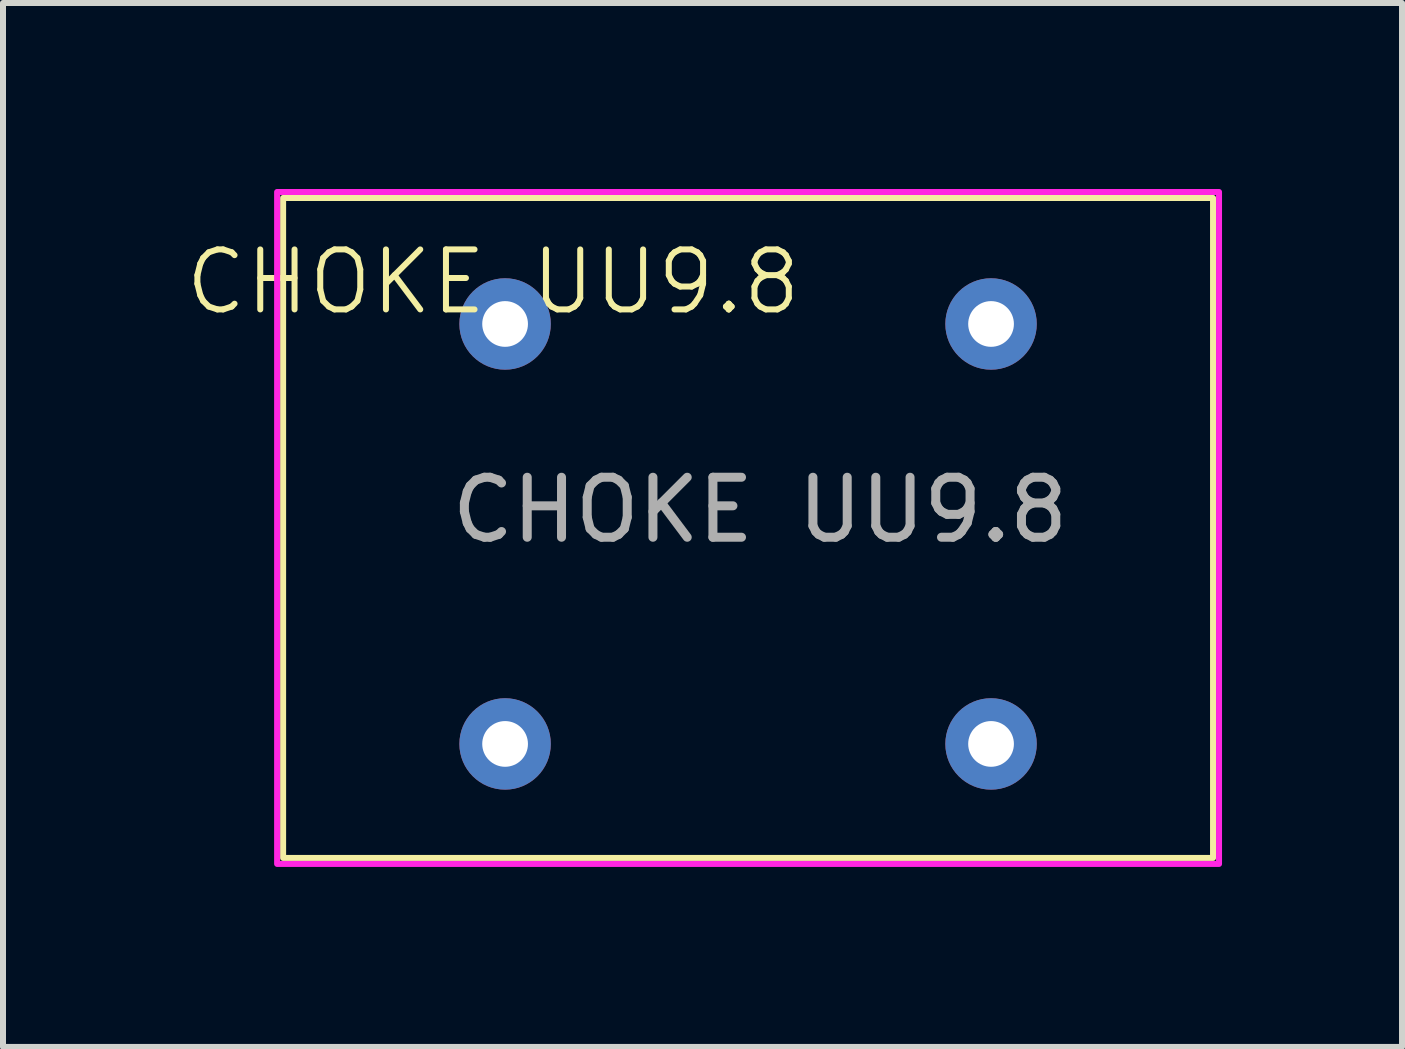
<source format=kicad_pcb>
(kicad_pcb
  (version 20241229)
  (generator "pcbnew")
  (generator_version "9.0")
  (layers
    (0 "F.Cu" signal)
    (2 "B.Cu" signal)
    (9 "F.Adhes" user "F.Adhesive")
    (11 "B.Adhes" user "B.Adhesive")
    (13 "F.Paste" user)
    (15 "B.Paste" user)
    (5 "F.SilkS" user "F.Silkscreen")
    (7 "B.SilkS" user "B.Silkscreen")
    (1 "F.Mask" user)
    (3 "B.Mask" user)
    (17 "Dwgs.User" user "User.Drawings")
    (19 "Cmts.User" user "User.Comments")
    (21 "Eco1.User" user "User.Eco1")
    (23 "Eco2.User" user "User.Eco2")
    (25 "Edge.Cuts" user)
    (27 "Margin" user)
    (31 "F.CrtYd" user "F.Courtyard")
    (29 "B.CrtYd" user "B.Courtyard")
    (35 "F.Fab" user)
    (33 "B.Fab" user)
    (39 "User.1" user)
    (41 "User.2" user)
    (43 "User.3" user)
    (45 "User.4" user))
  (footprint "CHOKE UU9.8"
    (layer "F.Cu")
    (at 1.669 0.25)
    (property "Reference" "CHOKE UU9.8" (at 3.5 1.4 0) (unlocked yes) (layer "F.SilkS") (effects (font (size 1 1) (thickness 0.1))))
    (attr through_hole)
    (fp_rect (start 0 0) (end 15.5 11) (stroke (width 0.1) (type default)) (fill no) (layer "F.SilkS"))
    (fp_rect (start -0.1 -0.1) (end 15.6 11.1) (stroke (width 0.1) (type default)) (fill no) (layer "F.CrtYd"))
    (fp_rect (start 3.75 2.1) (end 11.75 9.1) (stroke (width 0.1) (type default)) (fill no) (layer "User.1"))
    (fp_text user "${REFERENCE}" (at 7.95 5.2 0) (unlocked yes) (layer "F.Fab") (effects (font (size 1 1) (thickness 0.15))))
    (pad "1" thru_hole circle (at 11.8 2.1) (size 1.524 1.524) (drill 0.762) (layers "*.Cu" "*.Mask"))
    (pad "2" thru_hole circle (at 11.8 9.1) (size 1.524 1.524) (drill 0.762) (layers "*.Cu" "*.Mask"))
    (pad "3" thru_hole circle (at 3.7 9.1) (size 1.524 1.524) (drill 0.762) (layers "*.Cu" "*.Mask"))
    (pad "4" thru_hole circle (at 3.7 2.1) (size 1.524 1.524) (drill 0.762) (layers "*.Cu" "*.Mask")))
  (gr_rect
    (start -3 -3)
    (end 20.319 14.4)
    (stroke (width 0.1) (type default))
    (fill no)
    (layer "Edge.Cuts")))
</source>
